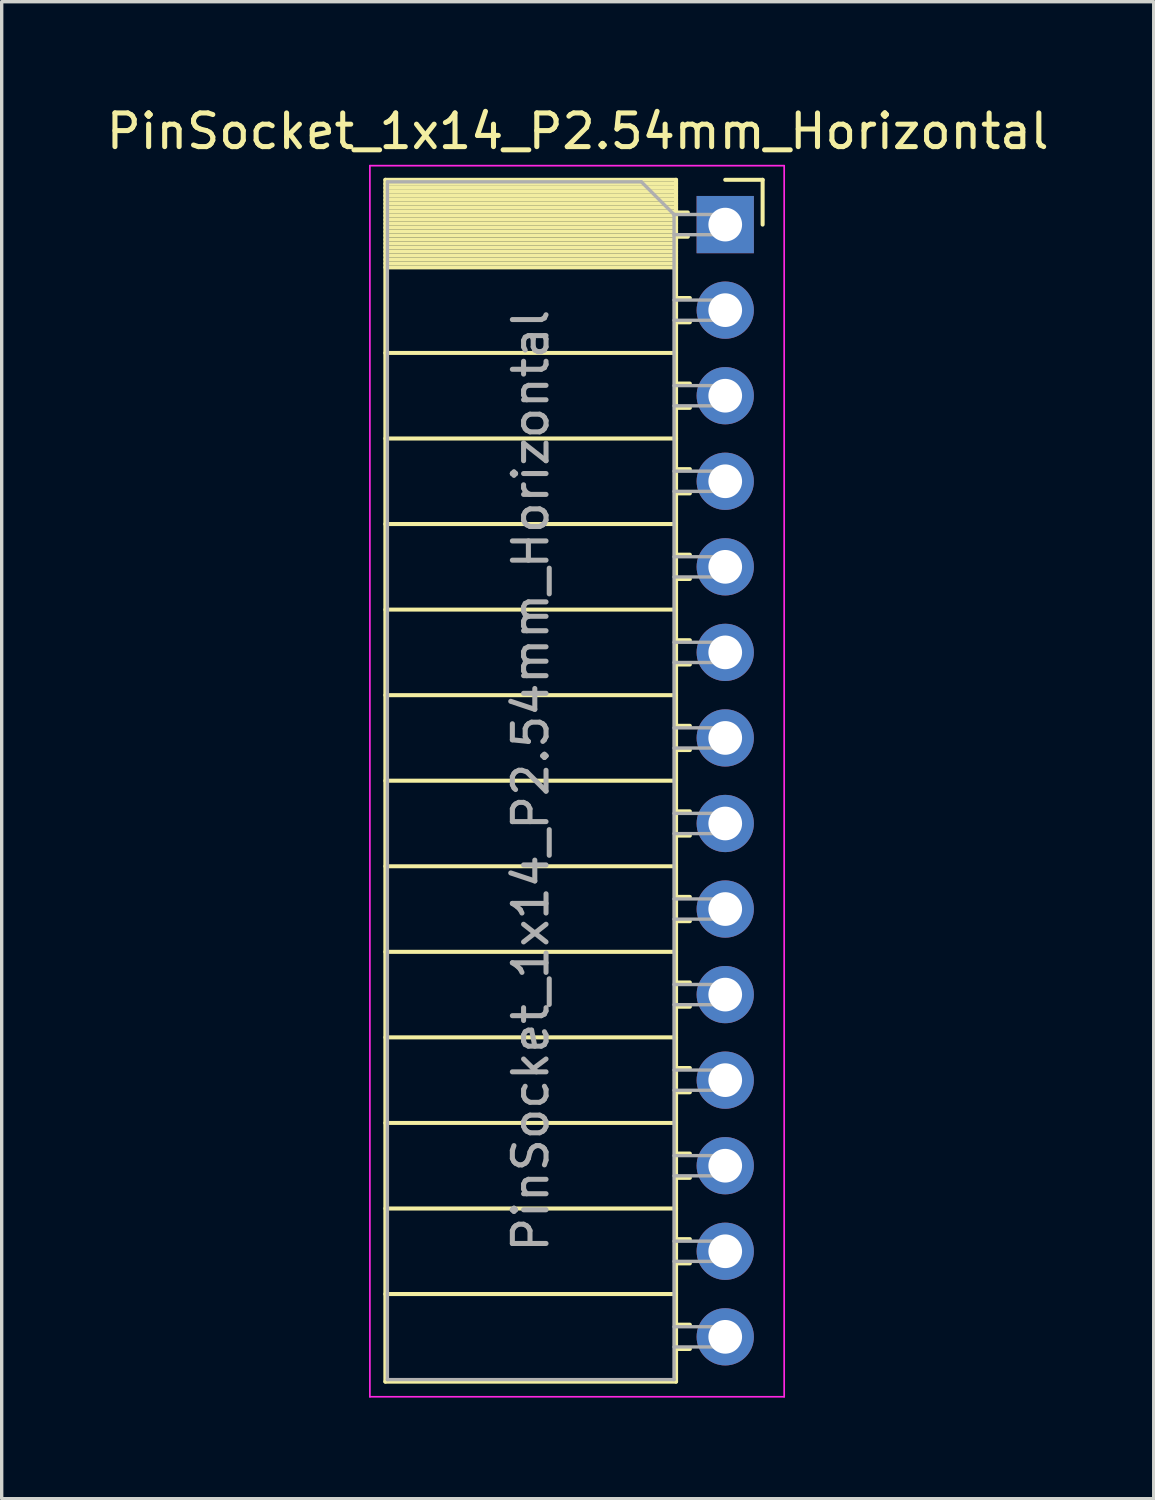
<source format=kicad_pcb>
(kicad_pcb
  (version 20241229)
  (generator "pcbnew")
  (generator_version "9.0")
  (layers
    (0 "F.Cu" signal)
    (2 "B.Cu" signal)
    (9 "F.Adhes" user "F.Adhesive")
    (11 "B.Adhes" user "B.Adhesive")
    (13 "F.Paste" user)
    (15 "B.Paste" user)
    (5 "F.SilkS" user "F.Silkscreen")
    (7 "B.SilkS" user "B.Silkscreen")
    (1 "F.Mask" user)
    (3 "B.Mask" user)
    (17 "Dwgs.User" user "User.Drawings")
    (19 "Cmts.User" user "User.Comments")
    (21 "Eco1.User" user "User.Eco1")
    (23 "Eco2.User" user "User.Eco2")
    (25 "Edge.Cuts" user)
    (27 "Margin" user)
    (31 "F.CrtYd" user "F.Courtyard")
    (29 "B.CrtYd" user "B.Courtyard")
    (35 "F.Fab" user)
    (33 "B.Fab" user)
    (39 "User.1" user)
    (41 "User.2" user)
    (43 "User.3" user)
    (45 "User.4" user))
  (footprint "PinSocket_1x14_P2.54mm_Horizontal"
    (layer "F.Cu")
    (at 18.481 3.618)
    (property "Reference" "PinSocket_1x14_P2.54mm_Horizontal" (at -4.38 -2.77 0) (layer "F.SilkS") (effects (font (size 1 1) (thickness 0.15))))
    (attr through_hole)
    (fp_line (start -10.09 -1.33) (end -10.09 34.35) (stroke (width 0.12) (type solid)) (layer "F.SilkS"))
    (fp_line (start -10.09 -1.33) (end -1.46 -1.33) (stroke (width 0.12) (type solid)) (layer "F.SilkS"))
    (fp_line (start -10.09 -1.21) (end -1.46 -1.21) (stroke (width 0.12) (type solid)) (layer "F.SilkS"))
    (fp_line (start -10.09 -1.092) (end -1.46 -1.092) (stroke (width 0.12) (type solid)) (layer "F.SilkS"))
    (fp_line (start -10.09 -0.974) (end -1.46 -0.974) (stroke (width 0.12) (type solid)) (layer "F.SilkS"))
    (fp_line (start -10.09 -0.856) (end -1.46 -0.856) (stroke (width 0.12) (type solid)) (layer "F.SilkS"))
    (fp_line (start -10.09 -0.738) (end -1.46 -0.738) (stroke (width 0.12) (type solid)) (layer "F.SilkS"))
    (fp_line (start -10.09 -0.62) (end -1.46 -0.62) (stroke (width 0.12) (type solid)) (layer "F.SilkS"))
    (fp_line (start -10.09 -0.501) (end -1.46 -0.501) (stroke (width 0.12) (type solid)) (layer "F.SilkS"))
    (fp_line (start -10.09 -0.383) (end -1.46 -0.383) (stroke (width 0.12) (type solid)) (layer "F.SilkS"))
    (fp_line (start -10.09 -0.265) (end -1.46 -0.265) (stroke (width 0.12) (type solid)) (layer "F.SilkS"))
    (fp_line (start -10.09 -0.147) (end -1.46 -0.147) (stroke (width 0.12) (type solid)) (layer "F.SilkS"))
    (fp_line (start -10.09 -0.029) (end -1.46 -0.029) (stroke (width 0.12) (type solid)) (layer "F.SilkS"))
    (fp_line (start -10.09 0.089) (end -1.46 0.089) (stroke (width 0.12) (type solid)) (layer "F.SilkS"))
    (fp_line (start -10.09 0.207) (end -1.46 0.207) (stroke (width 0.12) (type solid)) (layer "F.SilkS"))
    (fp_line (start -10.09 0.325) (end -1.46 0.325) (stroke (width 0.12) (type solid)) (layer "F.SilkS"))
    (fp_line (start -10.09 0.443) (end -1.46 0.443) (stroke (width 0.12) (type solid)) (layer "F.SilkS"))
    (fp_line (start -10.09 0.561) (end -1.46 0.561) (stroke (width 0.12) (type solid)) (layer "F.SilkS"))
    (fp_line (start -10.09 0.68) (end -1.46 0.68) (stroke (width 0.12) (type solid)) (layer "F.SilkS"))
    (fp_line (start -10.09 0.798) (end -1.46 0.798) (stroke (width 0.12) (type solid)) (layer "F.SilkS"))
    (fp_line (start -10.09 0.916) (end -1.46 0.916) (stroke (width 0.12) (type solid)) (layer "F.SilkS"))
    (fp_line (start -10.09 1.034) (end -1.46 1.034) (stroke (width 0.12) (type solid)) (layer "F.SilkS"))
    (fp_line (start -10.09 1.152) (end -1.46 1.152) (stroke (width 0.12) (type solid)) (layer "F.SilkS"))
    (fp_line (start -10.09 1.27) (end -1.46 1.27) (stroke (width 0.12) (type solid)) (layer "F.SilkS"))
    (fp_line (start -10.09 3.81) (end -1.46 3.81) (stroke (width 0.12) (type solid)) (layer "F.SilkS"))
    (fp_line (start -10.09 6.35) (end -1.46 6.35) (stroke (width 0.12) (type solid)) (layer "F.SilkS"))
    (fp_line (start -10.09 8.89) (end -1.46 8.89) (stroke (width 0.12) (type solid)) (layer "F.SilkS"))
    (fp_line (start -10.09 11.43) (end -1.46 11.43) (stroke (width 0.12) (type solid)) (layer "F.SilkS"))
    (fp_line (start -10.09 13.97) (end -1.46 13.97) (stroke (width 0.12) (type solid)) (layer "F.SilkS"))
    (fp_line (start -10.09 16.51) (end -1.46 16.51) (stroke (width 0.12) (type solid)) (layer "F.SilkS"))
    (fp_line (start -10.09 19.05) (end -1.46 19.05) (stroke (width 0.12) (type solid)) (layer "F.SilkS"))
    (fp_line (start -10.09 21.59) (end -1.46 21.59) (stroke (width 0.12) (type solid)) (layer "F.SilkS"))
    (fp_line (start -10.09 24.13) (end -1.46 24.13) (stroke (width 0.12) (type solid)) (layer "F.SilkS"))
    (fp_line (start -10.09 26.67) (end -1.46 26.67) (stroke (width 0.12) (type solid)) (layer "F.SilkS"))
    (fp_line (start -10.09 29.21) (end -1.46 29.21) (stroke (width 0.12) (type solid)) (layer "F.SilkS"))
    (fp_line (start -10.09 31.75) (end -1.46 31.75) (stroke (width 0.12) (type solid)) (layer "F.SilkS"))
    (fp_line (start -10.09 34.35) (end -1.46 34.35) (stroke (width 0.12) (type solid)) (layer "F.SilkS"))
    (fp_line (start -1.46 -1.33) (end -1.46 34.35) (stroke (width 0.12) (type solid)) (layer "F.SilkS"))
    (fp_line (start -1.46 -0.36) (end -1.11 -0.36) (stroke (width 0.12) (type solid)) (layer "F.SilkS"))
    (fp_line (start -1.46 0.36) (end -1.11 0.36) (stroke (width 0.12) (type solid)) (layer "F.SilkS"))
    (fp_line (start -1.46 2.18) (end -1.05 2.18) (stroke (width 0.12) (type solid)) (layer "F.SilkS"))
    (fp_line (start -1.46 2.9) (end -1.05 2.9) (stroke (width 0.12) (type solid)) (layer "F.SilkS"))
    (fp_line (start -1.46 4.72) (end -1.05 4.72) (stroke (width 0.12) (type solid)) (layer "F.SilkS"))
    (fp_line (start -1.46 5.44) (end -1.05 5.44) (stroke (width 0.12) (type solid)) (layer "F.SilkS"))
    (fp_line (start -1.46 7.26) (end -1.05 7.26) (stroke (width 0.12) (type solid)) (layer "F.SilkS"))
    (fp_line (start -1.46 7.98) (end -1.05 7.98) (stroke (width 0.12) (type solid)) (layer "F.SilkS"))
    (fp_line (start -1.46 9.8) (end -1.05 9.8) (stroke (width 0.12) (type solid)) (layer "F.SilkS"))
    (fp_line (start -1.46 10.52) (end -1.05 10.52) (stroke (width 0.12) (type solid)) (layer "F.SilkS"))
    (fp_line (start -1.46 12.34) (end -1.05 12.34) (stroke (width 0.12) (type solid)) (layer "F.SilkS"))
    (fp_line (start -1.46 13.06) (end -1.05 13.06) (stroke (width 0.12) (type solid)) (layer "F.SilkS"))
    (fp_line (start -1.46 14.88) (end -1.05 14.88) (stroke (width 0.12) (type solid)) (layer "F.SilkS"))
    (fp_line (start -1.46 15.6) (end -1.05 15.6) (stroke (width 0.12) (type solid)) (layer "F.SilkS"))
    (fp_line (start -1.46 17.42) (end -1.05 17.42) (stroke (width 0.12) (type solid)) (layer "F.SilkS"))
    (fp_line (start -1.46 18.14) (end -1.05 18.14) (stroke (width 0.12) (type solid)) (layer "F.SilkS"))
    (fp_line (start -1.46 19.96) (end -1.05 19.96) (stroke (width 0.12) (type solid)) (layer "F.SilkS"))
    (fp_line (start -1.46 20.68) (end -1.05 20.68) (stroke (width 0.12) (type solid)) (layer "F.SilkS"))
    (fp_line (start -1.46 22.5) (end -1.05 22.5) (stroke (width 0.12) (type solid)) (layer "F.SilkS"))
    (fp_line (start -1.46 23.22) (end -1.05 23.22) (stroke (width 0.12) (type solid)) (layer "F.SilkS"))
    (fp_line (start -1.46 25.04) (end -1.05 25.04) (stroke (width 0.12) (type solid)) (layer "F.SilkS"))
    (fp_line (start -1.46 25.76) (end -1.05 25.76) (stroke (width 0.12) (type solid)) (layer "F.SilkS"))
    (fp_line (start -1.46 27.58) (end -1.05 27.58) (stroke (width 0.12) (type solid)) (layer "F.SilkS"))
    (fp_line (start -1.46 28.3) (end -1.05 28.3) (stroke (width 0.12) (type solid)) (layer "F.SilkS"))
    (fp_line (start -1.46 30.12) (end -1.05 30.12) (stroke (width 0.12) (type solid)) (layer "F.SilkS"))
    (fp_line (start -1.46 30.84) (end -1.05 30.84) (stroke (width 0.12) (type solid)) (layer "F.SilkS"))
    (fp_line (start -1.46 32.66) (end -1.05 32.66) (stroke (width 0.12) (type solid)) (layer "F.SilkS"))
    (fp_line (start -1.46 33.38) (end -1.05 33.38) (stroke (width 0.12) (type solid)) (layer "F.SilkS"))
    (fp_line (start 0 -1.33) (end 1.11 -1.33) (stroke (width 0.12) (type solid)) (layer "F.SilkS"))
    (fp_line (start 1.11 -1.33) (end 1.11 0) (stroke (width 0.12) (type solid)) (layer "F.SilkS"))
    (fp_line (start -10.55 -1.75) (end -10.55 34.8) (stroke (width 0.05) (type solid)) (layer "F.CrtYd"))
    (fp_line (start -10.55 34.8) (end 1.75 34.8) (stroke (width 0.05) (type solid)) (layer "F.CrtYd"))
    (fp_line (start 1.75 -1.75) (end -10.55 -1.75) (stroke (width 0.05) (type solid)) (layer "F.CrtYd"))
    (fp_line (start 1.75 34.8) (end 1.75 -1.75) (stroke (width 0.05) (type solid)) (layer "F.CrtYd"))
    (fp_line (start -10.03 -1.27) (end -2.49 -1.27) (stroke (width 0.1) (type solid)) (layer "F.Fab"))
    (fp_line (start -10.03 34.29) (end -10.03 -1.27) (stroke (width 0.1) (type solid)) (layer "F.Fab"))
    (fp_line (start -2.49 -1.27) (end -1.52 -0.3) (stroke (width 0.1) (type solid)) (layer "F.Fab"))
    (fp_line (start -1.52 -0.3) (end -1.52 34.29) (stroke (width 0.1) (type solid)) (layer "F.Fab"))
    (fp_line (start -1.52 0.3) (end 0 0.3) (stroke (width 0.1) (type solid)) (layer "F.Fab"))
    (fp_line (start -1.52 2.84) (end 0 2.84) (stroke (width 0.1) (type solid)) (layer "F.Fab"))
    (fp_line (start -1.52 5.38) (end 0 5.38) (stroke (width 0.1) (type solid)) (layer "F.Fab"))
    (fp_line (start -1.52 7.92) (end 0 7.92) (stroke (width 0.1) (type solid)) (layer "F.Fab"))
    (fp_line (start -1.52 10.46) (end 0 10.46) (stroke (width 0.1) (type solid)) (layer "F.Fab"))
    (fp_line (start -1.52 13) (end 0 13) (stroke (width 0.1) (type solid)) (layer "F.Fab"))
    (fp_line (start -1.52 15.54) (end 0 15.54) (stroke (width 0.1) (type solid)) (layer "F.Fab"))
    (fp_line (start -1.52 18.08) (end 0 18.08) (stroke (width 0.1) (type solid)) (layer "F.Fab"))
    (fp_line (start -1.52 20.62) (end 0 20.62) (stroke (width 0.1) (type solid)) (layer "F.Fab"))
    (fp_line (start -1.52 23.16) (end 0 23.16) (stroke (width 0.1) (type solid)) (layer "F.Fab"))
    (fp_line (start -1.52 25.7) (end 0 25.7) (stroke (width 0.1) (type solid)) (layer "F.Fab"))
    (fp_line (start -1.52 28.24) (end 0 28.24) (stroke (width 0.1) (type solid)) (layer "F.Fab"))
    (fp_line (start -1.52 30.78) (end 0 30.78) (stroke (width 0.1) (type solid)) (layer "F.Fab"))
    (fp_line (start -1.52 33.32) (end 0 33.32) (stroke (width 0.1) (type solid)) (layer "F.Fab"))
    (fp_line (start -1.52 34.29) (end -10.03 34.29) (stroke (width 0.1) (type solid)) (layer "F.Fab"))
    (fp_line (start 0 -0.3) (end -1.52 -0.3) (stroke (width 0.1) (type solid)) (layer "F.Fab"))
    (fp_line (start 0 0.3) (end 0 -0.3) (stroke (width 0.1) (type solid)) (layer "F.Fab"))
    (fp_line (start 0 2.24) (end -1.52 2.24) (stroke (width 0.1) (type solid)) (layer "F.Fab"))
    (fp_line (start 0 2.84) (end 0 2.24) (stroke (width 0.1) (type solid)) (layer "F.Fab"))
    (fp_line (start 0 4.78) (end -1.52 4.78) (stroke (width 0.1) (type solid)) (layer "F.Fab"))
    (fp_line (start 0 5.38) (end 0 4.78) (stroke (width 0.1) (type solid)) (layer "F.Fab"))
    (fp_line (start 0 7.32) (end -1.52 7.32) (stroke (width 0.1) (type solid)) (layer "F.Fab"))
    (fp_line (start 0 7.92) (end 0 7.32) (stroke (width 0.1) (type solid)) (layer "F.Fab"))
    (fp_line (start 0 9.86) (end -1.52 9.86) (stroke (width 0.1) (type solid)) (layer "F.Fab"))
    (fp_line (start 0 10.46) (end 0 9.86) (stroke (width 0.1) (type solid)) (layer "F.Fab"))
    (fp_line (start 0 12.4) (end -1.52 12.4) (stroke (width 0.1) (type solid)) (layer "F.Fab"))
    (fp_line (start 0 13) (end 0 12.4) (stroke (width 0.1) (type solid)) (layer "F.Fab"))
    (fp_line (start 0 14.94) (end -1.52 14.94) (stroke (width 0.1) (type solid)) (layer "F.Fab"))
    (fp_line (start 0 15.54) (end 0 14.94) (stroke (width 0.1) (type solid)) (layer "F.Fab"))
    (fp_line (start 0 17.48) (end -1.52 17.48) (stroke (width 0.1) (type solid)) (layer "F.Fab"))
    (fp_line (start 0 18.08) (end 0 17.48) (stroke (width 0.1) (type solid)) (layer "F.Fab"))
    (fp_line (start 0 20.02) (end -1.52 20.02) (stroke (width 0.1) (type solid)) (layer "F.Fab"))
    (fp_line (start 0 20.62) (end 0 20.02) (stroke (width 0.1) (type solid)) (layer "F.Fab"))
    (fp_line (start 0 22.56) (end -1.52 22.56) (stroke (width 0.1) (type solid)) (layer "F.Fab"))
    (fp_line (start 0 23.16) (end 0 22.56) (stroke (width 0.1) (type solid)) (layer "F.Fab"))
    (fp_line (start 0 25.1) (end -1.52 25.1) (stroke (width 0.1) (type solid)) (layer "F.Fab"))
    (fp_line (start 0 25.7) (end 0 25.1) (stroke (width 0.1) (type solid)) (layer "F.Fab"))
    (fp_line (start 0 27.64) (end -1.52 27.64) (stroke (width 0.1) (type solid)) (layer "F.Fab"))
    (fp_line (start 0 28.24) (end 0 27.64) (stroke (width 0.1) (type solid)) (layer "F.Fab"))
    (fp_line (start 0 30.18) (end -1.52 30.18) (stroke (width 0.1) (type solid)) (layer "F.Fab"))
    (fp_line (start 0 30.78) (end 0 30.18) (stroke (width 0.1) (type solid)) (layer "F.Fab"))
    (fp_line (start 0 32.72) (end -1.52 32.72) (stroke (width 0.1) (type solid)) (layer "F.Fab"))
    (fp_line (start 0 33.32) (end 0 32.72) (stroke (width 0.1) (type solid)) (layer "F.Fab"))
    (fp_text user "${REFERENCE}" (at -5.775 16.51 90) (layer "F.Fab") (effects (font (size 1 1) (thickness 0.15))))
    (pad "1" thru_hole rect (at 0 0) (size 1.7 1.7) (drill 1) (layers "*.Cu" "*.Mask"))
    (pad "2" thru_hole circle (at 0 2.54) (size 1.7 1.7) (drill 1) (layers "*.Cu" "*.Mask"))
    (pad "3" thru_hole circle (at 0 5.08) (size 1.7 1.7) (drill 1) (layers "*.Cu" "*.Mask"))
    (pad "4" thru_hole circle (at 0 7.62) (size 1.7 1.7) (drill 1) (layers "*.Cu" "*.Mask"))
    (pad "5" thru_hole circle (at 0 10.16) (size 1.7 1.7) (drill 1) (layers "*.Cu" "*.Mask"))
    (pad "6" thru_hole circle (at 0 12.7) (size 1.7 1.7) (drill 1) (layers "*.Cu" "*.Mask"))
    (pad "7" thru_hole circle (at 0 15.24) (size 1.7 1.7) (drill 1) (layers "*.Cu" "*.Mask"))
    (pad "8" thru_hole circle (at 0 17.78) (size 1.7 1.7) (drill 1) (layers "*.Cu" "*.Mask"))
    (pad "9" thru_hole circle (at 0 20.32) (size 1.7 1.7) (drill 1) (layers "*.Cu" "*.Mask"))
    (pad "10" thru_hole circle (at 0 22.86) (size 1.7 1.7) (drill 1) (layers "*.Cu" "*.Mask"))
    (pad "11" thru_hole circle (at 0 25.4) (size 1.7 1.7) (drill 1) (layers "*.Cu" "*.Mask"))
    (pad "12" thru_hole circle (at 0 27.94) (size 1.7 1.7) (drill 1) (layers "*.Cu" "*.Mask"))
    (pad "13" thru_hole circle (at 0 30.48) (size 1.7 1.7) (drill 1) (layers "*.Cu" "*.Mask"))
    (pad "14" thru_hole circle (at 0 33.02) (size 1.7 1.7) (drill 1) (layers "*.Cu" "*.Mask")))
  (gr_rect
    (start -3 -3)
    (end 31.202 41.443)
    (stroke (width 0.1) (type default))
    (fill no)
    (layer "Edge.Cuts")))
</source>
